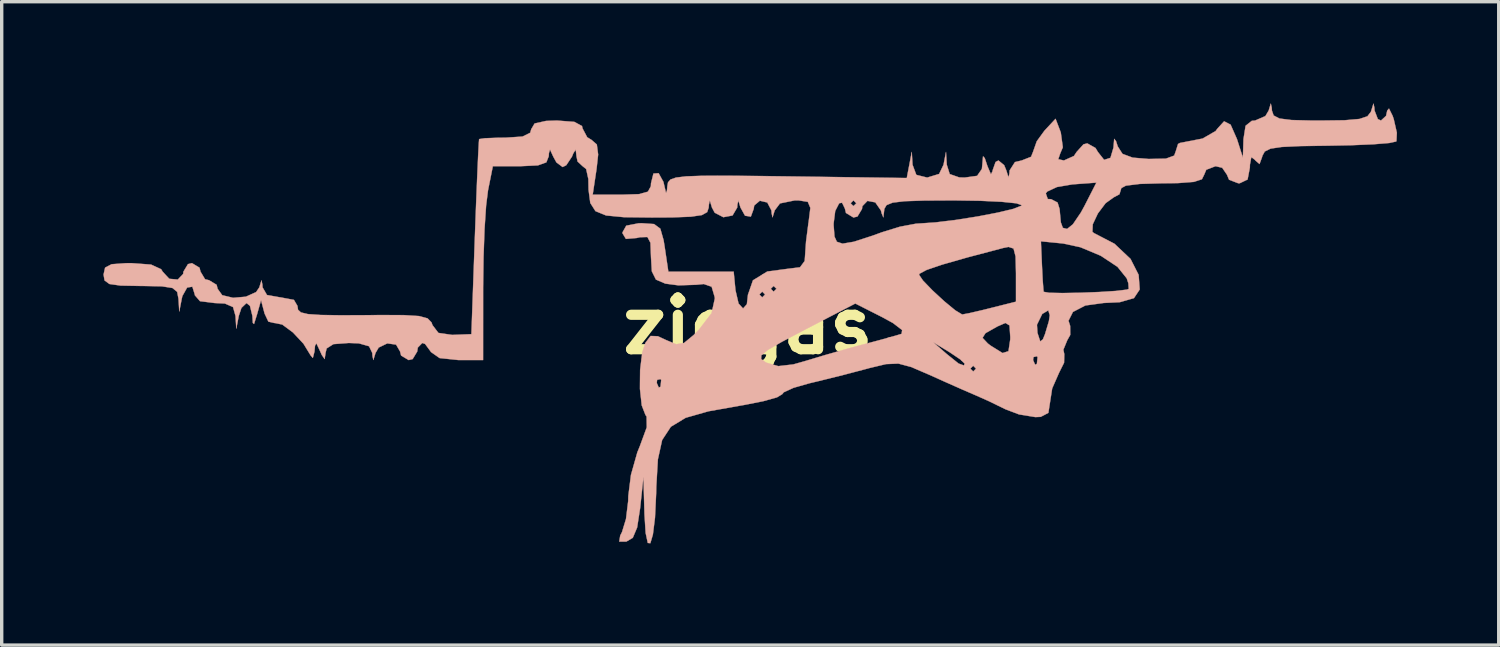
<source format=kicad_pcb>
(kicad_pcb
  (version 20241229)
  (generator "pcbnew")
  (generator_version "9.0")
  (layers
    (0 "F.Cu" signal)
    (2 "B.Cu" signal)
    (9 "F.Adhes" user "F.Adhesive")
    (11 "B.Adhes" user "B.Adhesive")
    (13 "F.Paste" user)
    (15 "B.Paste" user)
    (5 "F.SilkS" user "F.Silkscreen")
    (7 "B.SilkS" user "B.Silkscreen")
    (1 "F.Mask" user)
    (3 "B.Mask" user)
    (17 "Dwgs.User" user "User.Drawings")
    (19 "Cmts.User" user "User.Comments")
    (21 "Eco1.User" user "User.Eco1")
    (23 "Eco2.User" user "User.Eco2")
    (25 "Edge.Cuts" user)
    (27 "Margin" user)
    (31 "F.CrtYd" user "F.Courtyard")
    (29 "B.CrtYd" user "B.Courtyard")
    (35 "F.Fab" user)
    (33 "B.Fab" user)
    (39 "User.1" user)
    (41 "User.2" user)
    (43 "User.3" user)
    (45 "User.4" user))
  (footprint "ziogas"
    (layer "F.Cu")
    (at 19.013 6.562)
    (property "Reference" "ziogas" (at 0 0 0) (layer "F.SilkS") (effects (font (size 1.524 1.524) (thickness 0.3))))
    (attr through_hole)
    (fp_poly (pts (xy 18.478 -6.438) (xy 18.484 -6.35) (xy 18.58 -6.1) (xy 18.672 -6.056) (xy 18.823 -6.195) (xy 18.857 -6.35) (xy 18.909 -6.41) (xy 19.017 -6.193) (xy 19.05 -6.095) (xy 19.141 -5.697) (xy 19.129 -5.451) (xy 19.12 -5.438) (xy 18.918 -5.394) (xy 18.452 -5.356) (xy 17.795 -5.328) (xy 17.12 -5.315) (xy 16.294 -5.303) (xy 15.746 -5.277) (xy 15.416 -5.228) (xy 15.245 -5.144) (xy 15.175 -5.017) (xy 15.166 -4.98) (xy 15.09 -4.773) (xy 14.967 -4.88) (xy 14.956 -4.896) (xy 14.848 -4.979) (xy 14.807 -4.754) (xy 14.805 -4.668) (xy 14.738 -4.317) (xy 14.505 -4.206) (xy 14.466 -4.205) (xy 14.192 -4.31) (xy 14.13 -4.458) (xy 13.99 -4.663) (xy 13.793 -4.71) (xy 13.519 -4.605) (xy 13.457 -4.458) (xy 13.391 -4.325) (xy 13.153 -4.247) (xy 12.683 -4.211) (xy 12.185 -4.205) (xy 11.562 -4.187) (xy 11.149 -4.136) (xy 11.006 -4.06) (xy 11.01 -4.049) (xy 10.958 -3.881) (xy 10.794 -3.794) (xy 10.55 -3.619) (xy 10.322 -3.316) (xy 10.171 -2.996) (xy 10.161 -2.773) (xy 10.205 -2.737) (xy 10.81 -2.423) (xy 11.285 -1.975) (xy 11.524 -1.505) (xy 11.556 -1.074) (xy 11.386 -0.818) (xy 10.968 -0.698) (xy 10.492 -0.675) (xy 9.953 -0.601) (xy 9.586 -0.411) (xy 9.455 -0.151) (xy 9.504 0) (xy 9.507 0.267) (xy 9.42 0.421) (xy 9.304 0.704) (xy 9.331 0.833) (xy 9.325 1.086) (xy 9.177 1.383) (xy 8.974 1.845) (xy 8.915 2.224) (xy 8.862 2.566) (xy 8.637 2.684) (xy 8.479 2.691) (xy 7.996 2.612) (xy 7.595 2.46) (xy 7.103 2.22) (xy 6.728 2.053) (xy 6.346 1.888) (xy 5.796 1.644) (xy 5.36 1.448) (xy 4.928 1.262) (xy 6.56 1.262) (xy 6.644 1.346) (xy 6.728 1.262) (xy 6.644 1.177) (xy 6.56 1.262) (xy 4.928 1.262) (xy 4.82 1.215) (xy 4.438 1.113) (xy 4.072 1.128) (xy 3.578 1.246) (xy 3.51 1.265) (xy 2.811 1.449) (xy 2.085 1.629) (xy 1.808 1.695) (xy 1.346 1.827) (xy 1.057 1.959) (xy 1.009 2.017) (xy 0.856 2.109) (xy 0.452 2.222) (xy -0.12 2.335) (xy -0.21 2.35) (xy -1.165 2.52) (xy -1.836 2.711) (xy -2.274 2.976) (xy -2.531 3.367) (xy -2.657 3.939) (xy -2.704 4.745) (xy -2.708 4.945) (xy -2.742 5.658) (xy -2.804 6.155) (xy -2.879 6.411) (xy -2.955 6.404) (xy -3.018 6.109) (xy -3.053 5.551) (xy -3.083 4.458) (xy -3.181 5.381) (xy -3.269 5.948) (xy -3.397 6.252) (xy -3.588 6.364) (xy -3.797 6.364) (xy -3.768 6.187) (xy -3.715 6.082) (xy -3.598 5.699) (xy -3.533 5.168) (xy -3.529 5.015) (xy -3.451 4.395) (xy -3.263 3.73) (xy -3.188 3.546) (xy -2.985 2.993) (xy -2.99 2.675) (xy -3.023 2.629) (xy -3.133 2.346) (xy -3.186 1.859) (xy -3.185 1.682) (xy -2.691 1.682) (xy -2.63 1.821) (xy -2.579 1.794) (xy -2.559 1.595) (xy -2.579 1.57) (xy -2.679 1.593) (xy -2.691 1.682) (xy -3.185 1.682) (xy -3.181 1.296) (xy -3.142 0.978) (xy 0.389 0.978) (xy 0.524 1.076) (xy 0.548 1.088) (xy 0.895 1.188) (xy 1.338 1.137) (xy 1.682 1.04) (xy 2.307 0.852) (xy 3.033 0.647) (xy 3.364 0.558) (xy 3.642 0.485) (xy 5.467 0.485) (xy 5.864 0.831) (xy 6.214 1.112) (xy 6.372 1.168) (xy 6.392 1.113) (xy 6.284 1.009) (xy 8.411 1.009) (xy 8.472 1.148) (xy 8.523 1.121) (xy 8.543 0.922) (xy 8.523 0.897) (xy 8.423 0.92) (xy 8.411 1.009) (xy 6.284 1.009) (xy 6.265 0.991) (xy 5.955 0.782) (xy 5.929 0.766) (xy 5.467 0.485) (xy 3.642 0.485) (xy 3.918 0.411) (xy 4.121 0.354) (xy 6.92 0.354) (xy 7.075 0.519) (xy 7.161 0.585) (xy 7.511 0.802) (xy 7.685 0.747) (xy 7.737 0.399) (xy 7.738 0.331) (xy 7.715 -0.013) (xy 7.683 -0.033) (xy 8.525 -0.033) (xy 8.54 0.207) (xy 8.622 0.46) (xy 8.7 0.397) (xy 8.763 0.243) (xy 8.877 -0.139) (xy 8.903 -0.315) (xy 8.859 -0.457) (xy 8.68 -0.351) (xy 8.525 -0.033) (xy 7.683 -0.033) (xy 7.595 -0.086) (xy 7.359 0.017) (xy 7.005 0.217) (xy 6.92 0.354) (xy 4.121 0.354) (xy 4.359 0.288) (xy 4.531 0.236) (xy 4.548 0.124) (xy 4.278 -0.083) (xy 3.97 -0.252) (xy 3.167 -0.659) (xy 1.669 0.118) (xy 0.996 0.473) (xy 0.585 0.711) (xy 0.396 0.868) (xy 0.389 0.978) (xy -3.142 0.978) (xy -3.118 0.786) (xy -3.027 0.504) (xy -2.872 0.298) (xy -2.657 0.306) (xy -2.414 0.419) (xy -2.117 0.543) (xy -1.886 0.505) (xy -1.599 0.268) (xy -1.447 0.115) (xy -1.073 -0.373) (xy -0.977 -0.808) (xy -0.982 -0.852) (xy -1.071 -1.154) (xy -1.302 -1.234) (xy -1.526 -1.212) (xy -2.049 -1.195) (xy -2.437 -1.246) (xy -2.714 -1.365) (xy -2.835 -1.608) (xy -2.86 -2.025) (xy -2.876 -2.451) (xy -2.966 -2.621) (xy -3.188 -2.614) (xy -3.28 -2.592) (xy -3.6 -2.565) (xy -3.7 -2.73) (xy -3.701 -2.757) (xy -3.59 -2.955) (xy -3.223 -3.026) (xy -3.131 -3.028) (xy -2.77 -3.003) (xy -2.585 -2.867) (xy -2.488 -2.526) (xy -2.454 -2.313) (xy -2.348 -1.598) (xy -0.421 -1.598) (xy -0.368 -1.051) (xy -0.277 -0.658) (xy -0.144 -0.513) (xy -0.032 -0.638) (xy 0 -0.919) (xy 0.002 -0.925) (xy 0.336 -0.925) (xy 0.421 -0.841) (xy 0.505 -0.925) (xy 0.421 -1.009) (xy 0.336 -0.925) (xy 0.002 -0.925) (xy 0.061 -1.093) (xy 0.673 -1.093) (xy 0.757 -1.009) (xy 0.841 -1.093) (xy 0.757 -1.177) (xy 0.673 -1.093) (xy 0.061 -1.093) (xy 0.147 -1.343) (xy 0.416 -1.508) (xy 5.046 -1.508) (xy 5.162 -1.338) (xy 5.443 -1.047) (xy 5.794 -0.723) (xy 6.117 -0.457) (xy 6.316 -0.337) (xy 6.323 -0.336) (xy 6.526 -0.374) (xy 6.935 -0.469) (xy 7.159 -0.525) (xy 7.906 -0.713) (xy 7.906 -1.553) (xy 7.894 -2.048) (xy 7.834 -2.281) (xy 7.686 -2.329) (xy 7.527 -2.297) (xy 6.481 -2.021) (xy 5.738 -1.809) (xy 5.275 -1.652) (xy 5.065 -1.541) (xy 5.046 -1.508) (xy 0.416 -1.508) (xy 0.57 -1.603) (xy 1.166 -1.682) (xy 1.536 -1.728) (xy 1.673 -1.914) (xy 1.684 -2.061) (xy 1.713 -2.484) (xy 1.78 -3.003) (xy 2.525 -3.003) (xy 2.553 -2.633) (xy 2.623 -2.48) (xy 2.791 -2.425) (xy 3.123 -2.481) (xy 3.164 -2.494) (xy 8.642 -2.494) (xy 8.672 -1.794) (xy 8.695 -1.337) (xy 8.718 -1.043) (xy 8.724 -1.004) (xy 8.885 -0.976) (xy 9.28 -0.968) (xy 9.807 -0.977) (xy 10.366 -0.999) (xy 10.854 -1.03) (xy 11.17 -1.068) (xy 11.232 -1.088) (xy 11.221 -1.256) (xy 11.173 -1.402) (xy 10.901 -1.741) (xy 10.409 -2.067) (xy 9.808 -2.319) (xy 9.299 -2.429) (xy 8.642 -2.494) (xy 3.164 -2.494) (xy 3.678 -2.661) (xy 3.953 -2.761) (xy 4.485 -2.925) (xy 4.96 -3.014) (xy 5.046 -3.019) (xy 5.532 -3.052) (xy 6.14 -3.126) (xy 6.783 -3.228) (xy 7.375 -3.342) (xy 7.83 -3.451) (xy 8.061 -3.542) (xy 8.074 -3.562) (xy 7.917 -3.615) (xy 7.488 -3.659) (xy 6.853 -3.689) (xy 6.076 -3.701) (xy 6.056 -3.701) (xy 5.197 -3.696) (xy 4.62 -3.677) (xy 4.269 -3.635) (xy 4.088 -3.562) (xy 4.023 -3.451) (xy 4.018 -3.406) (xy 3.994 -3.199) (xy 3.944 -3.318) (xy 3.921 -3.406) (xy 3.756 -3.643) (xy 3.526 -3.687) (xy 3.374 -3.53) (xy 3.364 -3.448) (xy 3.23 -3.225) (xy 3.112 -3.196) (xy 2.891 -3.331) (xy 2.86 -3.458) (xy 2.785 -3.617) (xy 3.028 -3.617) (xy 3.112 -3.532) (xy 3.196 -3.617) (xy 3.112 -3.701) (xy 3.028 -3.617) (xy 2.785 -3.617) (xy 2.778 -3.632) (xy 2.691 -3.617) (xy 2.574 -3.389) (xy 2.525 -3.003) (xy 1.78 -3.003) (xy 1.781 -3.013) (xy 1.79 -3.07) (xy 1.841 -3.48) (xy 1.766 -3.658) (xy 1.502 -3.7) (xy 1.38 -3.701) (xy 0.944 -3.612) (xy 0.789 -3.406) (xy 0.725 -3.199) (xy 0.699 -3.318) (xy 0.692 -3.406) (xy 0.571 -3.639) (xy 0.351 -3.691) (xy 0.185 -3.552) (xy 0.168 -3.448) (xy 0.085 -3.222) (xy -0.086 -3.249) (xy -0.22 -3.49) (xy -0.284 -3.698) (xy -0.311 -3.578) (xy -0.317 -3.49) (xy -0.455 -3.256) (xy -0.726 -3.205) (xy -0.981 -3.338) (xy -1.062 -3.49) (xy -1.125 -3.698) (xy -1.152 -3.578) (xy -1.158 -3.49) (xy -1.203 -3.355) (xy -1.358 -3.268) (xy -1.683 -3.22) (xy -2.239 -3.199) (xy -2.84 -3.196) (xy -3.651 -3.205) (xy -4.184 -3.256) (xy -4.498 -3.384) (xy -4.651 -3.625) (xy -4.702 -4.015) (xy -4.708 -4.331) (xy -4.773 -4.627) (xy -4.878 -4.71) (xy -5.027 -4.849) (xy -5.058 -5.004) (xy -5.08 -5.202) (xy -5.152 -5.089) (xy -5.191 -4.992) (xy -5.36 -4.738) (xy -5.467 -4.685) (xy -5.649 -4.821) (xy -5.743 -4.992) (xy -5.839 -5.201) (xy -5.871 -5.097) (xy -5.876 -5.004) (xy -5.947 -4.823) (xy -6.196 -4.734) (xy -6.699 -4.71) (xy -6.706 -4.71) (xy -7.525 -4.71) (xy -7.668 -3.995) (xy -7.724 -3.547) (xy -7.77 -2.857) (xy -7.8 -2.02) (xy -7.812 -1.135) (xy -7.813 1.009) (xy -8.537 1.009) (xy -9.096 0.95) (xy -9.353 0.77) (xy -9.359 0.757) (xy -9.524 0.534) (xy -9.606 0.505) (xy -9.739 0.641) (xy -9.756 0.757) (xy -9.891 0.98) (xy -10.009 1.009) (xy -10.232 0.875) (xy -10.261 0.757) (xy -10.38 0.553) (xy -10.639 0.517) (xy -10.893 0.64) (xy -10.986 0.799) (xy -11.05 1.006) (xy -11.076 0.887) (xy -11.082 0.799) (xy -11.177 0.601) (xy -11.478 0.516) (xy -11.775 0.505) (xy -12.228 0.539) (xy -12.428 0.666) (xy -12.46 0.799) (xy -12.487 0.979) (xy -12.571 0.858) (xy -12.616 0.757) (xy -12.729 0.517) (xy -12.771 0.585) (xy -12.786 0.757) (xy -12.835 0.946) (xy -12.899 0.873) (xy -13.111 0.527) (xy -13.422 0.194) (xy -13.737 -0.039) (xy -13.96 -0.085) (xy -13.964 -0.082) (xy -14.146 -0.125) (xy -14.258 -0.362) (xy -14.363 -0.757) (xy -14.482 -0.336) (xy -14.57 -0.055) (xy -14.605 -0.087) (xy -14.618 -0.294) (xy -14.69 -0.59) (xy -14.791 -0.673) (xy -14.941 -0.53) (xy -15.02 -0.294) (xy -15.093 0.084) (xy -15.116 -0.294) (xy -15.189 -0.554) (xy -15.43 -0.659) (xy -15.728 -0.673) (xy -16.163 -0.728) (xy -16.315 -0.902) (xy -16.317 -0.925) (xy -16.389 -1.155) (xy -16.543 -1.13) (xy -16.683 -0.881) (xy -16.702 -0.799) (xy -16.775 -0.421) (xy -16.798 -0.799) (xy -16.837 -1.003) (xy -16.975 -1.117) (xy -17.288 -1.166) (xy -17.853 -1.177) (xy -17.915 -1.177) (xy -18.506 -1.188) (xy -18.836 -1.235) (xy -18.979 -1.34) (xy -19.008 -1.514) (xy -18.963 -1.717) (xy -18.771 -1.818) (xy -18.35 -1.849) (xy -18.185 -1.85) (xy -17.606 -1.807) (xy -17.31 -1.671) (xy -17.265 -1.598) (xy -17.07 -1.388) (xy -16.818 -1.366) (xy -16.66 -1.532) (xy -16.653 -1.598) (xy -16.518 -1.821) (xy -16.401 -1.85) (xy -16.178 -1.716) (xy -16.148 -1.598) (xy -16.014 -1.375) (xy -15.896 -1.346) (xy -15.673 -1.211) (xy -15.644 -1.093) (xy -15.508 -0.904) (xy -15.187 -0.827) (xy -14.81 -0.86) (xy -14.508 -0.996) (xy -14.414 -1.135) (xy -14.35 -1.343) (xy -14.324 -1.223) (xy -14.318 -1.135) (xy -14.188 -0.91) (xy -13.802 -0.841) (xy -13.793 -0.841) (xy -13.393 -0.766) (xy -13.289 -0.589) (xy -13.272 -0.475) (xy -13.186 -0.396) (xy -12.981 -0.347) (xy -12.605 -0.321) (xy -12.008 -0.312) (xy -11.138 -0.316) (xy -10.875 -0.319) (xy -10.154 -0.317) (xy -9.702 -0.289) (xy -9.451 -0.221) (xy -9.334 -0.101) (xy -9.306 -0.022) (xy -9.131 0.208) (xy -8.727 0.267) (xy -8.692 0.266) (xy -8.158 0.245) (xy -8.056 -2.611) (xy -8.021 -3.552) (xy -7.988 -4.368) (xy -7.96 -5.002) (xy -7.939 -5.399) (xy -7.93 -5.509) (xy -7.764 -5.534) (xy -7.373 -5.549) (xy -7.149 -5.551) (xy -6.65 -5.584) (xy -6.423 -5.696) (xy -6.392 -5.803) (xy -6.293 -5.97) (xy -5.956 -6.045) (xy -5.635 -6.056) (xy -5.121 -6.017) (xy -4.896 -5.895) (xy -4.878 -5.821) (xy -4.742 -5.564) (xy -4.615 -5.486) (xy -4.458 -5.35) (xy -4.419 -5.054) (xy -4.466 -4.627) (xy -4.58 -3.869) (xy -3.72 -3.869) (xy -3.208 -3.886) (xy -3.137 -3.906) (xy 8.786 -3.906) (xy 8.844 -3.741) (xy 8.942 -3.737) (xy 9.133 -3.638) (xy 9.192 -3.448) (xy 9.229 -3.053) (xy 9.288 -2.891) (xy 9.409 -2.86) (xy 9.416 -2.86) (xy 9.585 -2.996) (xy 9.82 -3.342) (xy 9.93 -3.543) (xy 10.278 -4.225) (xy 9.568 -4.173) (xy 9.113 -4.095) (xy 8.825 -3.96) (xy 8.786 -3.906) (xy -3.137 -3.906) (xy -2.951 -3.958) (xy -2.864 -4.117) (xy -2.86 -4.205) (xy -2.788 -4.493) (xy -2.635 -4.503) (xy -2.493 -4.245) (xy -2.474 -4.163) (xy -2.417 -3.92) (xy -2.388 -3.998) (xy -2.378 -4.121) (xy -2.358 -4.233) (xy -2.287 -4.316) (xy -2.123 -4.374) (xy -1.823 -4.41) (xy -1.343 -4.427) (xy -0.642 -4.429) (xy 0.323 -4.42) (xy 1.165 -4.409) (xy 4.685 -4.361) (xy 4.759 -4.746) (xy 4.832 -5.13) (xy 4.855 -4.752) (xy 4.966 -4.454) (xy 5.287 -4.374) (xy 5.639 -4.481) (xy 5.769 -4.752) (xy 5.842 -5.13) (xy 5.865 -4.752) (xy 5.952 -4.477) (xy 6.232 -4.379) (xy 6.392 -4.374) (xy 6.76 -4.425) (xy 6.9 -4.627) (xy 6.913 -4.752) (xy 6.934 -5.002) (xy 6.985 -4.949) (xy 7.065 -4.71) (xy 7.167 -4.471) (xy 7.215 -4.563) (xy 7.216 -4.584) (xy 7.305 -4.834) (xy 7.389 -4.878) (xy 7.557 -4.74) (xy 7.622 -4.584) (xy 7.686 -4.376) (xy 7.712 -4.496) (xy 7.718 -4.584) (xy 7.876 -4.831) (xy 8.074 -4.878) (xy 8.351 -4.987) (xy 8.411 -5.137) (xy 8.519 -5.444) (xy 8.743 -5.753) (xy 9.074 -6.109) (xy 9.228 -5.704) (xy 9.288 -5.267) (xy 9.212 -5.088) (xy 9.153 -4.915) (xy 9.32 -4.878) (xy 9.616 -5.011) (xy 9.695 -5.13) (xy 9.897 -5.354) (xy 10.009 -5.383) (xy 10.252 -5.247) (xy 10.322 -5.13) (xy 10.506 -4.897) (xy 10.693 -4.956) (xy 10.782 -5.257) (xy 10.803 -5.517) (xy 10.856 -5.452) (xy 10.908 -5.293) (xy 11.048 -5.073) (xy 11.348 -4.962) (xy 11.817 -4.923) (xy 12.33 -4.933) (xy 12.573 -5.022) (xy 12.616 -5.139) (xy 12.687 -5.365) (xy 12.742 -5.395) (xy 13.412 -5.525) (xy 13.796 -5.747) (xy 13.84 -5.808) (xy 14.045 -6.034) (xy 14.237 -5.936) (xy 14.425 -5.509) (xy 14.6 -4.962) (xy 14.617 -5.509) (xy 14.679 -5.902) (xy 14.863 -6.048) (xy 14.959 -6.056) (xy 15.263 -6.188) (xy 15.36 -6.35) (xy 15.423 -6.557) (xy 15.45 -6.438) (xy 15.456 -6.35) (xy 15.507 -6.205) (xy 15.678 -6.116) (xy 16.035 -6.071) (xy 16.643 -6.056) (xy 16.893 -6.056) (xy 17.599 -6.065) (xy 18.037 -6.103) (xy 18.274 -6.182) (xy 18.377 -6.316) (xy 18.387 -6.35) (xy 18.451 -6.557) (xy 18.478 -6.438)) (stroke (width 0.01) (type solid)) (fill yes) (layer "B.SilkS")))
  (gr_rect
    (start -3 -3)
    (end 41.159 15.979)
    (stroke (width 0.1) (type default))
    (fill no)
    (layer "Edge.Cuts")))
</source>
